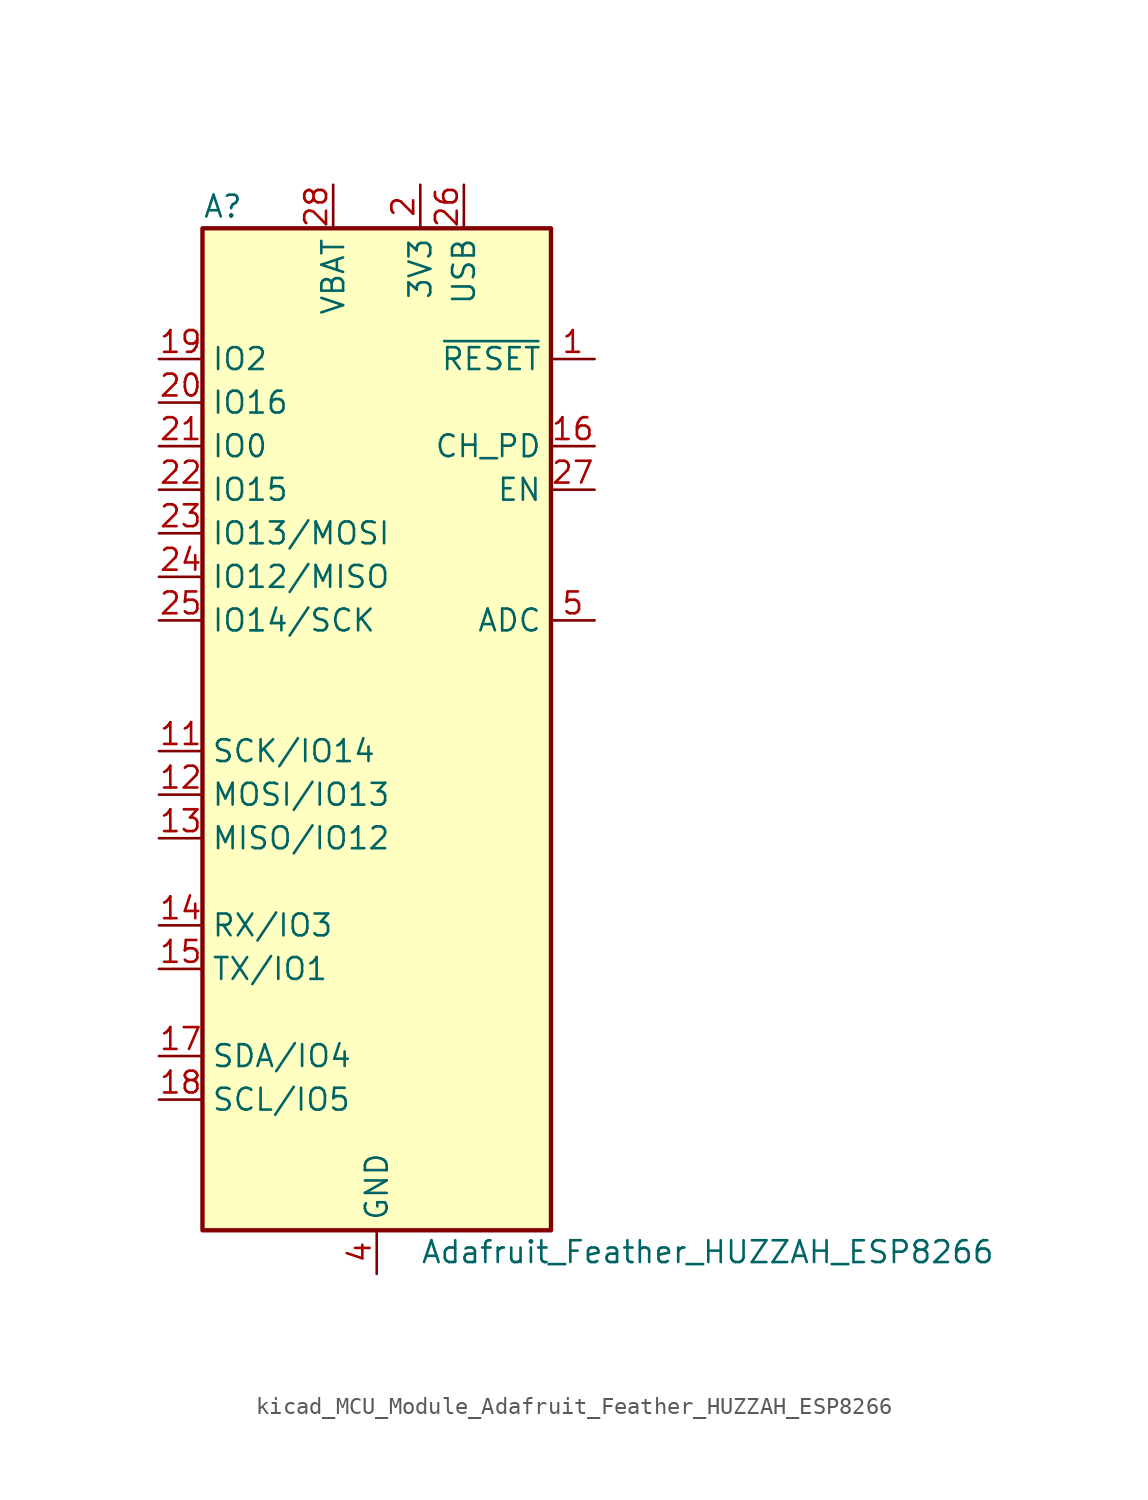
<source format=kicad_sym>
(kicad_symbol_lib
  (version 20220914)
  (generator kicad_symbol_editor)
  (symbol "kicad_MCU_Module_Adafruit_Feather_HUZZAH_ESP8266"
    (property "Reference" "A"
      (at -10.16 29.21 0)
      (effects (font (size 1.27 1.27)) (justify left)))
    (property "Value" "Adafruit_Feather_HUZZAH_ESP8266"
      (at 2.54 -31.75 0)
      (effects (font (size 1.27 1.27)) (justify left)))
    (symbol "kicad_MCU_Module_Adafruit_Feather_HUZZAH_ESP8266_0_1"
      (rectangle (start -10.16 27.94) (end 10.16 -30.48) (stroke (width 0.254) (type default)) (fill (type background))))
    (symbol "kicad_MCU_Module_Adafruit_Feather_HUZZAH_ESP8266_1_1"
      (pin input line (at 12.7 20.32 180) (length 2.54) (name "~{RESET}" (effects (font (size 1.27 1.27)))) (number "1" (effects (font (size 1.27 1.27)))))
      (pin no_connect line (at 10.16 -7.62 180) (length 2.54) hide (name "NC" (effects (font (size 1.27 1.27)))) (number "10" (effects (font (size 1.27 1.27)))))
      (pin bidirectional line (at -12.7 -2.54 0) (length 2.54) (name "SCK/IO14" (effects (font (size 1.27 1.27)))) (number "11" (effects (font (size 1.27 1.27)))))
      (pin bidirectional line (at -12.7 -5.08 0) (length 2.54) (name "MOSI/IO13" (effects (font (size 1.27 1.27)))) (number "12" (effects (font (size 1.27 1.27)))))
      (pin bidirectional line (at -12.7 -7.62 0) (length 2.54) (name "MISO/IO12" (effects (font (size 1.27 1.27)))) (number "13" (effects (font (size 1.27 1.27)))))
      (pin bidirectional line (at -12.7 -12.7 0) (length 2.54) (name "RX/IO3" (effects (font (size 1.27 1.27)))) (number "14" (effects (font (size 1.27 1.27)))))
      (pin bidirectional line (at -12.7 -15.24 0) (length 2.54) (name "TX/IO1" (effects (font (size 1.27 1.27)))) (number "15" (effects (font (size 1.27 1.27)))))
      (pin bidirectional line (at 12.7 15.24 180) (length 2.54) (name "CH_PD" (effects (font (size 1.27 1.27)))) (number "16" (effects (font (size 1.27 1.27)))))
      (pin bidirectional line (at -12.7 -20.32 0) (length 2.54) (name "SDA/IO4" (effects (font (size 1.27 1.27)))) (number "17" (effects (font (size 1.27 1.27)))))
      (pin bidirectional line (at -12.7 -22.86 0) (length 2.54) (name "SCL/IO5" (effects (font (size 1.27 1.27)))) (number "18" (effects (font (size 1.27 1.27)))))
      (pin bidirectional line (at -12.7 20.32 0) (length 2.54) (name "IO2" (effects (font (size 1.27 1.27)))) (number "19" (effects (font (size 1.27 1.27)))))
      (pin power_in line (at 2.54 30.48 270) (length 2.54) (name "3V3" (effects (font (size 1.27 1.27)))) (number "2" (effects (font (size 1.27 1.27)))))
      (pin bidirectional line (at -12.7 17.78 0) (length 2.54) (name "IO16" (effects (font (size 1.27 1.27)))) (number "20" (effects (font (size 1.27 1.27)))))
      (pin bidirectional line (at -12.7 15.24 0) (length 2.54) (name "IO0" (effects (font (size 1.27 1.27)))) (number "21" (effects (font (size 1.27 1.27)))))
      (pin bidirectional line (at -12.7 12.7 0) (length 2.54) (name "IO15" (effects (font (size 1.27 1.27)))) (number "22" (effects (font (size 1.27 1.27)))))
      (pin bidirectional line (at -12.7 10.16 0) (length 2.54) (name "IO13/MOSI" (effects (font (size 1.27 1.27)))) (number "23" (effects (font (size 1.27 1.27)))))
      (pin bidirectional line (at -12.7 7.62 0) (length 2.54) (name "IO12/MISO" (effects (font (size 1.27 1.27)))) (number "24" (effects (font (size 1.27 1.27)))))
      (pin bidirectional line (at -12.7 5.08 0) (length 2.54) (name "IO14/SCK" (effects (font (size 1.27 1.27)))) (number "25" (effects (font (size 1.27 1.27)))))
      (pin power_in line (at 5.08 30.48 270) (length 2.54) (name "USB" (effects (font (size 1.27 1.27)))) (number "26" (effects (font (size 1.27 1.27)))))
      (pin input line (at 12.7 12.7 180) (length 2.54) (name "EN" (effects (font (size 1.27 1.27)))) (number "27" (effects (font (size 1.27 1.27)))))
      (pin power_in line (at -2.54 30.48 270) (length 2.54) (name "VBAT" (effects (font (size 1.27 1.27)))) (number "28" (effects (font (size 1.27 1.27)))))
      (pin no_connect line (at 10.16 10.16 180) (length 2.54) hide (name "NC" (effects (font (size 1.27 1.27)))) (number "3" (effects (font (size 1.27 1.27)))))
      (pin power_in line (at 0 -33.02 90) (length 2.54) (name "GND" (effects (font (size 1.27 1.27)))) (number "4" (effects (font (size 1.27 1.27)))))
      (pin bidirectional line (at 12.7 5.08 180) (length 2.54) (name "ADC" (effects (font (size 1.27 1.27)))) (number "5" (effects (font (size 1.27 1.27)))))
      (pin no_connect line (at 10.16 2.54 180) (length 2.54) hide (name "NC" (effects (font (size 1.27 1.27)))) (number "6" (effects (font (size 1.27 1.27)))))
      (pin no_connect line (at 10.16 0 180) (length 2.54) hide (name "NC" (effects (font (size 1.27 1.27)))) (number "7" (effects (font (size 1.27 1.27)))))
      (pin no_connect line (at 10.16 -2.54 180) (length 2.54) hide (name "NC" (effects (font (size 1.27 1.27)))) (number "8" (effects (font (size 1.27 1.27)))))
      (pin no_connect line (at 10.16 -5.08 180) (length 2.54) hide (name "NC" (effects (font (size 1.27 1.27)))) (number "9" (effects (font (size 1.27 1.27))))))))
</source>
